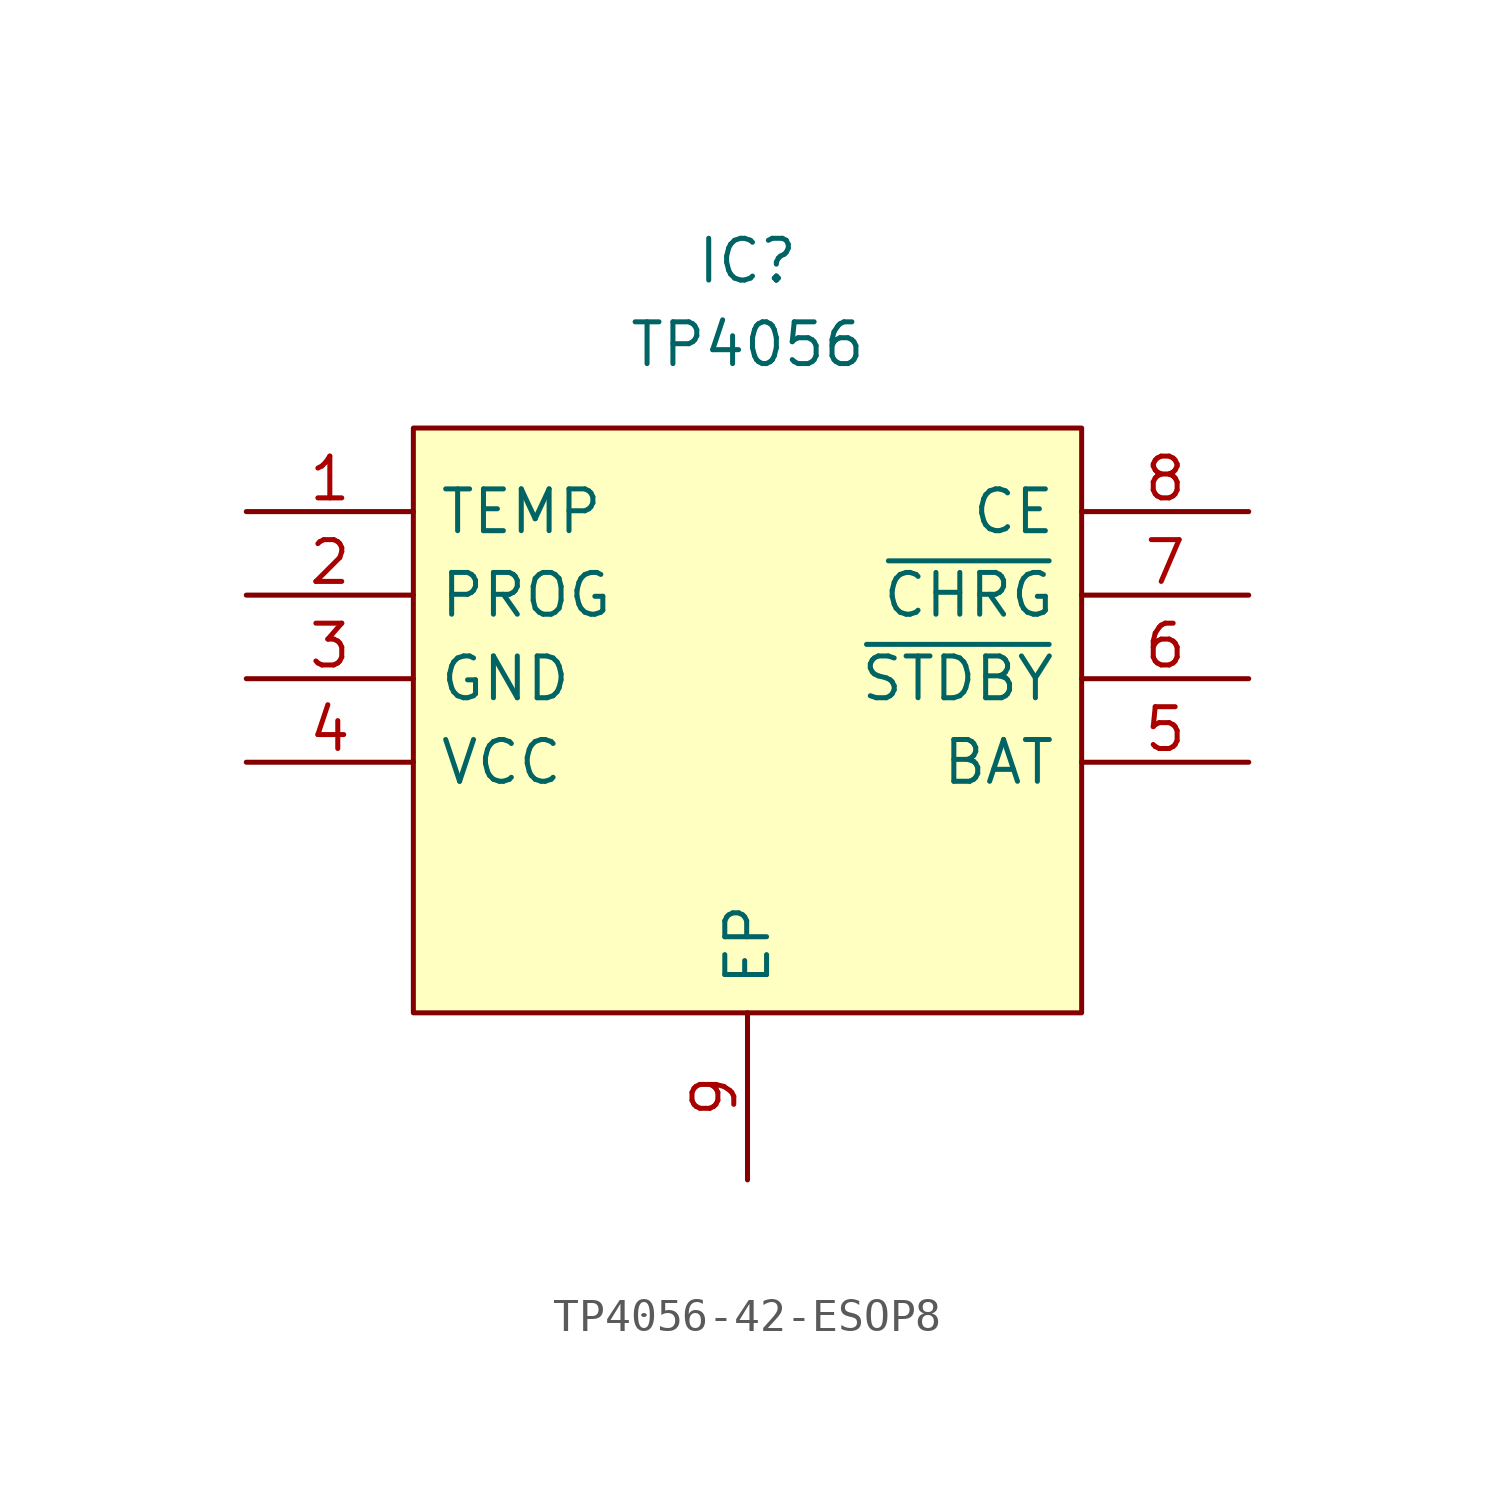
<source format=kicad_sym>
(kicad_symbol_lib
  (version 20241209)
  (generator "kicad_symbol_editor")
  (generator_version "9.0")
  (symbol "TP4056-42-ESOP8"
    (pin_names
      (offset 0.762))
    (property "Reference" "IC"
      (at 15.24 7.62 0)
      (effects (font (size 1.27 1.27))))
    (property "Value" "TP4056"
      (at 15.24 5.08 0)
      (effects (font (size 1.27 1.27))))
    (symbol "TP4056-42-ESOP8_0_0"
      (pin passive line (at 0 0 0) (length 5.08) (name "TEMP" (effects (font (size 1.27 1.27)))) (number "1" (effects (font (size 1.27 1.27)))))
      (pin passive line (at 0 -2.54 0) (length 5.08) (name "PROG" (effects (font (size 1.27 1.27)))) (number "2" (effects (font (size 1.27 1.27)))))
      (pin passive line (at 0 -5.08 0) (length 5.08) (name "GND" (effects (font (size 1.27 1.27)))) (number "3" (effects (font (size 1.27 1.27)))))
      (pin passive line (at 0 -7.62 0) (length 5.08) (name "VCC" (effects (font (size 1.27 1.27)))) (number "4" (effects (font (size 1.27 1.27)))))
      (pin passive line (at 15.24 -20.32 90) (length 5.08) (name "EP" (effects (font (size 1.27 1.27)))) (number "9" (effects (font (size 1.27 1.27)))))
      (pin passive line (at 30.48 0 180) (length 5.08) (name "CE" (effects (font (size 1.27 1.27)))) (number "8" (effects (font (size 1.27 1.27)))))
      (pin passive line (at 30.48 -2.54 180) (length 5.08) (name "~{CHRG}" (effects (font (size 1.27 1.27)))) (number "7" (effects (font (size 1.27 1.27)))))
      (pin passive line (at 30.48 -5.08 180) (length 5.08) (name "~{STDBY}" (effects (font (size 1.27 1.27)))) (number "6" (effects (font (size 1.27 1.27)))))
      (pin passive line (at 30.48 -7.62 180) (length 5.08) (name "BAT" (effects (font (size 1.27 1.27)))) (number "5" (effects (font (size 1.27 1.27))))))
    (symbol "TP4056-42-ESOP8_0_1"
      (polyline (pts (xy 5.08 2.54) (xy 25.4 2.54) (xy 25.4 -15.24) (xy 5.08 -15.24) (xy 5.08 2.54)) (stroke (width 0.152) (type default)) (fill (type background))))))
</source>
